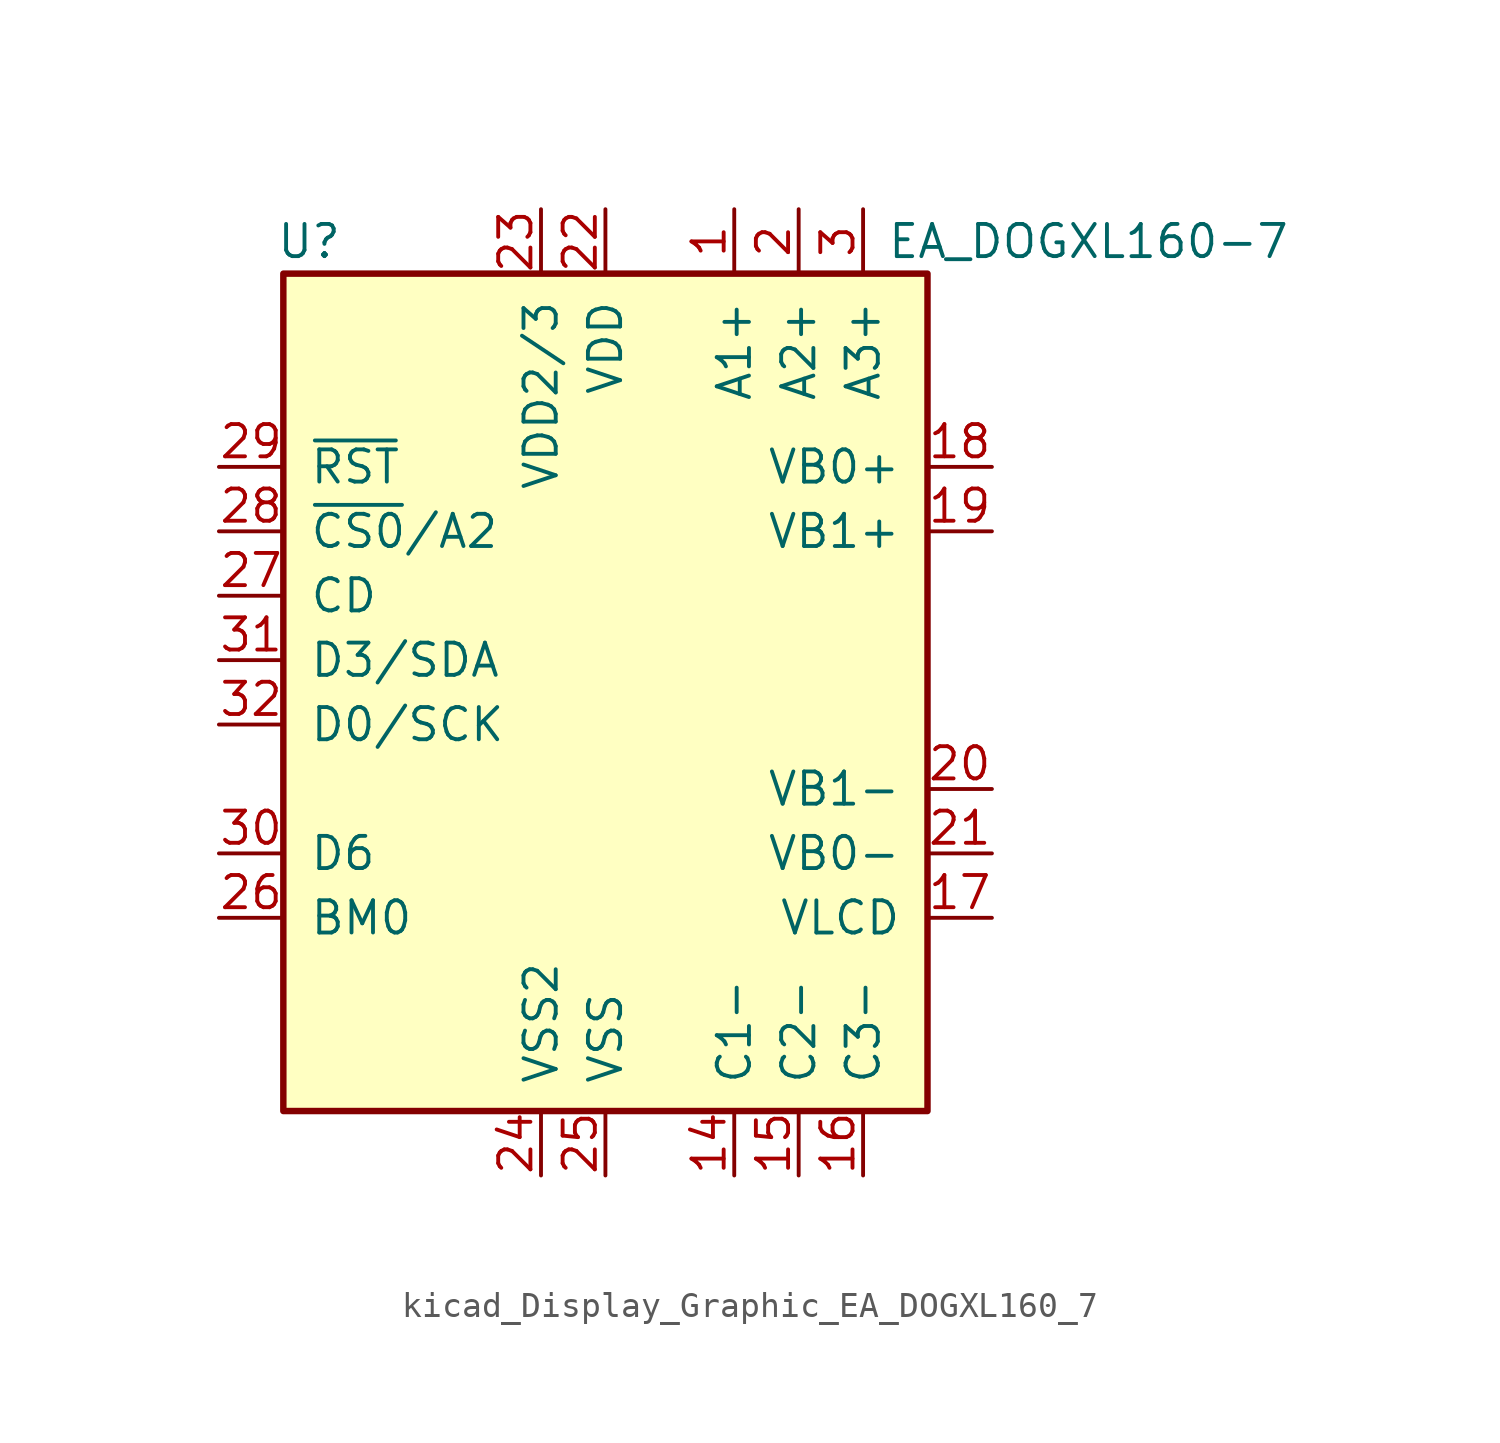
<source format=kicad_sym>
(kicad_symbol_lib
  (version 20220914)
  (generator kicad_symbol_editor)
  (symbol "kicad_Display_Graphic_EA_DOGXL160_7"
    (pin_names
      (offset 1.016))
    (property "Reference" "U"
      (at -11.684 16.51 0)
      (effects (font (size 1.27 1.27))))
    (property "Value" "EA_DOGXL160-7"
      (at 19.05 16.51 0)
      (effects (font (size 1.27 1.27))))
    (symbol "kicad_Display_Graphic_EA_DOGXL160_7_0_1"
      (rectangle (start -12.7 15.24) (end 12.7 -17.78) (stroke (width 0.254) (type default)) (fill (type background))))
    (symbol "kicad_Display_Graphic_EA_DOGXL160_7_1_1"
      (pin power_in line (at 5.08 17.78 270) (length 2.54) (name "A1+" (effects (font (size 1.27 1.27)))) (number "1" (effects (font (size 1.27 1.27)))))
      (pin power_in line (at 5.08 -20.32 90) (length 2.54) (name "C1-" (effects (font (size 1.27 1.27)))) (number "14" (effects (font (size 1.27 1.27)))))
      (pin power_in line (at 7.62 -20.32 90) (length 2.54) (name "C2-" (effects (font (size 1.27 1.27)))) (number "15" (effects (font (size 1.27 1.27)))))
      (pin power_in line (at 10.16 -20.32 90) (length 2.54) (name "C3-" (effects (font (size 1.27 1.27)))) (number "16" (effects (font (size 1.27 1.27)))))
      (pin passive line (at 15.24 -10.16 180) (length 2.54) (name "VLCD" (effects (font (size 1.27 1.27)))) (number "17" (effects (font (size 1.27 1.27)))))
      (pin passive line (at 15.24 7.62 180) (length 2.54) (name "VB0+" (effects (font (size 1.27 1.27)))) (number "18" (effects (font (size 1.27 1.27)))))
      (pin passive line (at 15.24 5.08 180) (length 2.54) (name "VB1+" (effects (font (size 1.27 1.27)))) (number "19" (effects (font (size 1.27 1.27)))))
      (pin power_in line (at 7.62 17.78 270) (length 2.54) (name "A2+" (effects (font (size 1.27 1.27)))) (number "2" (effects (font (size 1.27 1.27)))))
      (pin passive line (at 15.24 -5.08 180) (length 2.54) (name "VB1-" (effects (font (size 1.27 1.27)))) (number "20" (effects (font (size 1.27 1.27)))))
      (pin passive line (at 15.24 -7.62 180) (length 2.54) (name "VB0-" (effects (font (size 1.27 1.27)))) (number "21" (effects (font (size 1.27 1.27)))))
      (pin power_in line (at 0 17.78 270) (length 2.54) (name "VDD" (effects (font (size 1.27 1.27)))) (number "22" (effects (font (size 1.27 1.27)))))
      (pin power_in line (at -2.54 17.78 270) (length 2.54) (name "VDD2/3" (effects (font (size 1.27 1.27)))) (number "23" (effects (font (size 1.27 1.27)))))
      (pin power_in line (at -2.54 -20.32 90) (length 2.54) (name "VSS2" (effects (font (size 1.27 1.27)))) (number "24" (effects (font (size 1.27 1.27)))))
      (pin power_in line (at 0 -20.32 90) (length 2.54) (name "VSS" (effects (font (size 1.27 1.27)))) (number "25" (effects (font (size 1.27 1.27)))))
      (pin input line (at -15.24 -10.16 0) (length 2.54) (name "BM0" (effects (font (size 1.27 1.27)))) (number "26" (effects (font (size 1.27 1.27)))))
      (pin input line (at -15.24 2.54 0) (length 2.54) (name "CD" (effects (font (size 1.27 1.27)))) (number "27" (effects (font (size 1.27 1.27)))))
      (pin input line (at -15.24 5.08 0) (length 2.54) (name "~{CS0}/A2" (effects (font (size 1.27 1.27)))) (number "28" (effects (font (size 1.27 1.27)))))
      (pin input line (at -15.24 7.62 0) (length 2.54) (name "~{RST}" (effects (font (size 1.27 1.27)))) (number "29" (effects (font (size 1.27 1.27)))))
      (pin power_in line (at 10.16 17.78 270) (length 2.54) (name "A3+" (effects (font (size 1.27 1.27)))) (number "3" (effects (font (size 1.27 1.27)))))
      (pin input line (at -15.24 -7.62 0) (length 2.54) (name "D6" (effects (font (size 1.27 1.27)))) (number "30" (effects (font (size 1.27 1.27)))))
      (pin bidirectional line (at -15.24 0 0) (length 2.54) (name "D3/SDA" (effects (font (size 1.27 1.27)))) (number "31" (effects (font (size 1.27 1.27)))))
      (pin input line (at -15.24 -2.54 0) (length 2.54) (name "D0/SCK" (effects (font (size 1.27 1.27)))) (number "32" (effects (font (size 1.27 1.27))))))))
</source>
